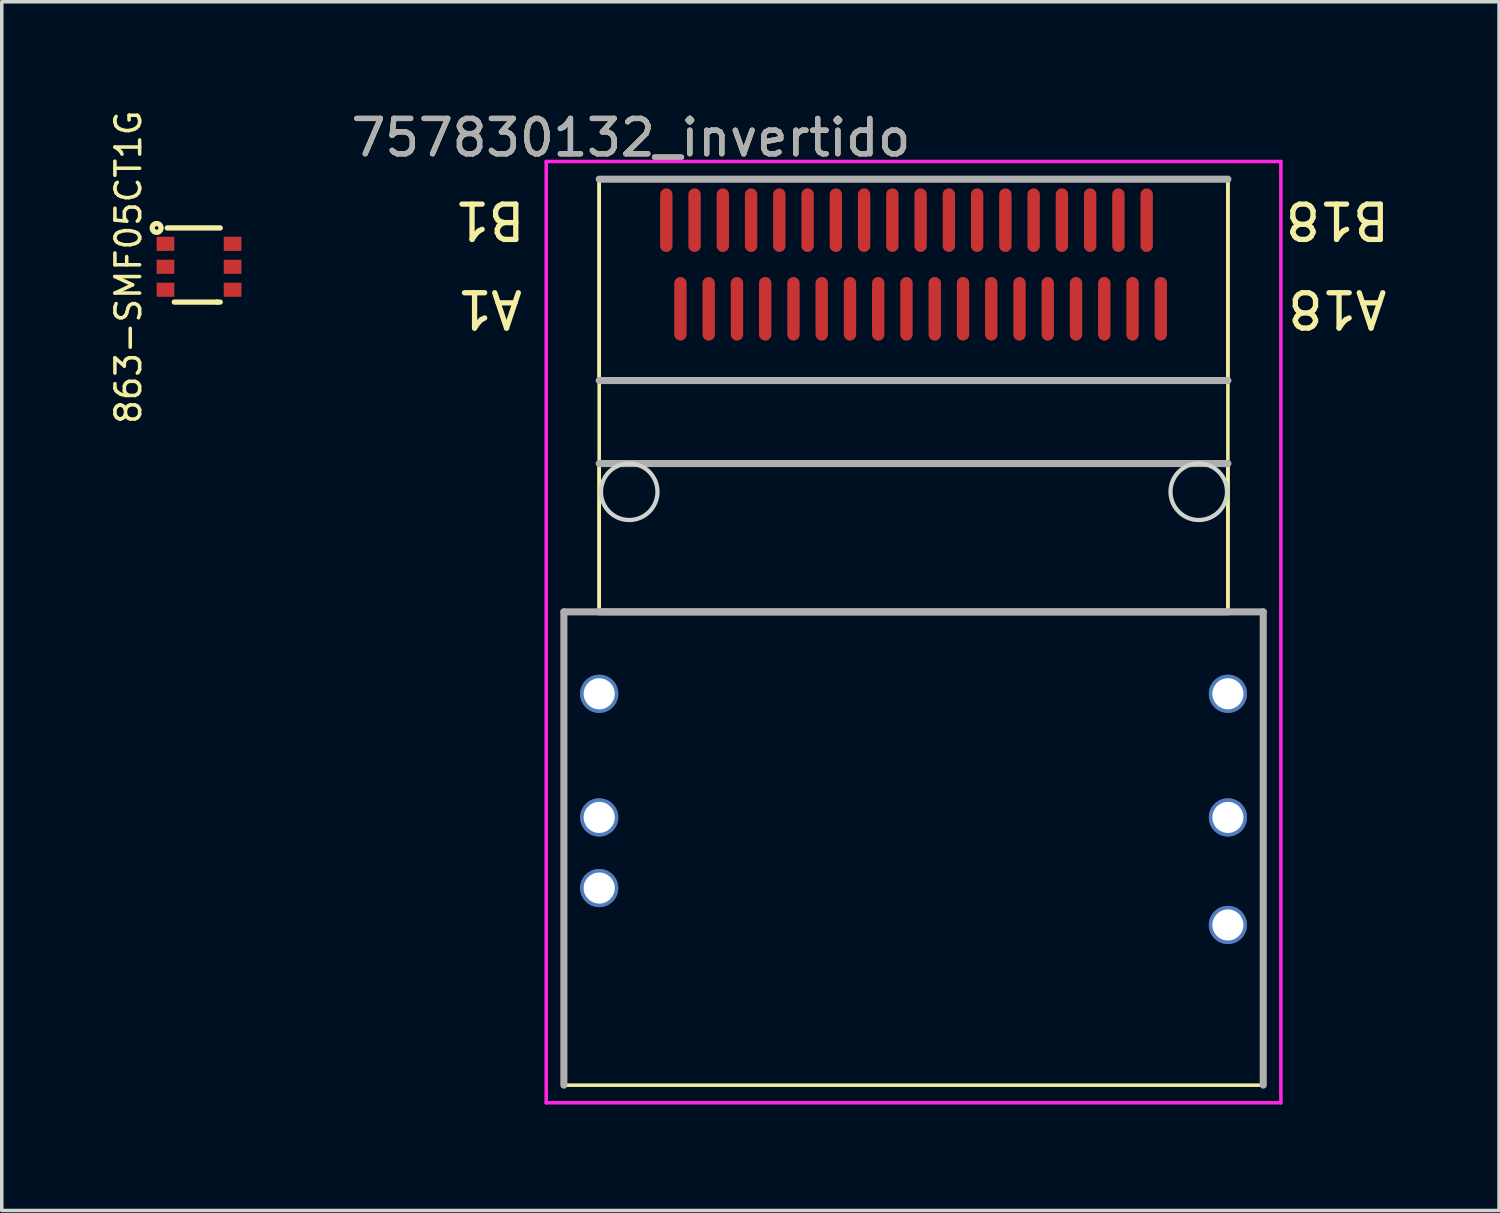
<source format=kicad_pcb>
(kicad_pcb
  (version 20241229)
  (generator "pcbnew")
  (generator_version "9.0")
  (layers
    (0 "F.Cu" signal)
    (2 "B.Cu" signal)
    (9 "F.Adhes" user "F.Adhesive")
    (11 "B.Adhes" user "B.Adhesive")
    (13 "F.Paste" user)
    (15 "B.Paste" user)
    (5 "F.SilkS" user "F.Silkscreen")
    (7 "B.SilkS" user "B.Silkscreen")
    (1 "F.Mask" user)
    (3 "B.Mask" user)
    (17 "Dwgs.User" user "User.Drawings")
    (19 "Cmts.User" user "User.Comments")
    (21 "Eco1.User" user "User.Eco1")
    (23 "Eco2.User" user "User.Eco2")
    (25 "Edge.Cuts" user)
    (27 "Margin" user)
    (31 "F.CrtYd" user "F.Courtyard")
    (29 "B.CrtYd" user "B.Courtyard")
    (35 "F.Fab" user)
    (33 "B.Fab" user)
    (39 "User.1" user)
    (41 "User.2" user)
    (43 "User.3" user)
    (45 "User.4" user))
  (footprint "757830132_invertido"
    (layer "F.Cu")
    (at 22.815 14.848)
    (property "Reference" "757830132_invertido" (at -8 -14 0) (layer "F.SilkS") (effects (font (size 1 1) (thickness 0.15))))
    (attr through_hole)
    (fp_line (start -9.9 -0.575) (end -8.9 -0.576) (stroke (width 0.1) (type solid)) (layer "F.SilkS"))
    (fp_line (start -9.9 12.825) (end -9.9 -0.575) (stroke (width 0.1) (type solid)) (layer "F.SilkS"))
    (fp_line (start -8.9 -12.825) (end 8.9 -12.825) (stroke (width 0.1) (type solid)) (layer "F.SilkS"))
    (fp_line (start -8.9 -7.125) (end -8.9 -12.825) (stroke (width 0.1) (type solid)) (layer "F.SilkS"))
    (fp_line (start -8.9 -7.125) (end 8.9 -7.125) (stroke (width 0.1) (type solid)) (layer "F.SilkS"))
    (fp_line (start -8.9 -4.775) (end 8.9 -4.775) (stroke (width 0.1) (type solid)) (layer "F.SilkS"))
    (fp_line (start -8.9 -0.575) (end -8.9 -12.825) (stroke (width 0.1) (type solid)) (layer "F.SilkS"))
    (fp_line (start -8.9 -0.575) (end -8.9 -4.775) (stroke (width 0.1) (type solid)) (layer "F.SilkS"))
    (fp_line (start 8.9 -12.825) (end 8.9 -7.125) (stroke (width 0.1) (type solid)) (layer "F.SilkS"))
    (fp_line (start 8.9 -12.825) (end 8.9 -0.575) (stroke (width 0.1) (type solid)) (layer "F.SilkS"))
    (fp_line (start 8.9 -7.125) (end -8.9 -7.125) (stroke (width 0.1) (type solid)) (layer "F.SilkS"))
    (fp_line (start 8.9 -4.775) (end 8.9 -0.575) (stroke (width 0.1) (type solid)) (layer "F.SilkS"))
    (fp_line (start 8.9 -0.575) (end 9.9 -0.576) (stroke (width 0.1) (type solid)) (layer "F.SilkS"))
    (fp_line (start 9.9 -0.575) (end 9.9 12.825) (stroke (width 0.1) (type solid)) (layer "F.SilkS"))
    (fp_line (start 9.9 12.825) (end -9.9 12.825) (stroke (width 0.1) (type solid)) (layer "F.SilkS"))
    (fp_circle (center -8.05 -3.975) (end -7.25 -3.975) (stroke (width 0.12) (type solid)) (fill no) (layer "Edge.Cuts"))
    (fp_circle (center 8.075 -3.975) (end 8.875 -3.975) (stroke (width 0.12) (type solid)) (fill no) (layer "Edge.Cuts"))
    (fp_line (start -10.4 -13.325) (end 10.4 -13.325) (stroke (width 0.1) (type solid)) (layer "F.CrtYd"))
    (fp_line (start -10.4 13.325) (end -10.4 -13.325) (stroke (width 0.1) (type solid)) (layer "F.CrtYd"))
    (fp_line (start 10.4 -13.325) (end 10.4 13.325) (stroke (width 0.1) (type solid)) (layer "F.CrtYd"))
    (fp_line (start 10.4 13.325) (end -10.4 13.325) (stroke (width 0.1) (type solid)) (layer "F.CrtYd"))
    (fp_line (start -9.9 -0.575) (end 9.9 -0.575) (stroke (width 0.2) (type solid)) (layer "F.Fab"))
    (fp_line (start -9.9 12.825) (end -9.9 -0.575) (stroke (width 0.2) (type solid)) (layer "F.Fab"))
    (fp_line (start -8.9 -12.825) (end 8.9 -12.825) (stroke (width 0.2) (type solid)) (layer "F.Fab"))
    (fp_line (start -8.9 -7.125) (end 8.9 -7.125) (stroke (width 0.2) (type solid)) (layer "F.Fab"))
    (fp_line (start -8.9 -4.775) (end 8.9 -4.775) (stroke (width 0.2) (type solid)) (layer "F.Fab"))
    (fp_line (start 8.9 -0.575) (end -8.9 -0.575) (stroke (width 0.2) (type solid)) (layer "F.Fab"))
    (fp_line (start 9.9 -0.575) (end 9.9 12.825) (stroke (width 0.2) (type solid)) (layer "F.Fab"))
    (fp_text user "B18" (at 12 -11.665 180) (unlocked yes) (layer "F.SilkS") (effects (font (size 1 1) (thickness 0.15))))
    (fp_text user "A1" (at -12 -9.155 180) (unlocked yes) (layer "F.SilkS") (effects (font (size 1 1) (thickness 0.15))))
    (fp_text user "B1" (at -12 -11.665 180) (unlocked yes) (layer "F.SilkS") (effects (font (size 1 1) (thickness 0.15))))
    (fp_text user "A18" (at 12 -9.155 180) (unlocked yes) (layer "F.SilkS") (effects (font (size 1 1) (thickness 0.15))))
    (fp_text user "${REFERENCE}" (at -8 -14 0) (layer "F.Fab") (effects (font (size 1 1) (thickness 0.15))))
    (pad "A1" smd oval (at -6.6 -9.155) (size 0.35 1.8) (layers "F.Cu" "F.Mask" "F.Paste"))
    (pad "A2" smd oval (at -5.8 -9.155) (size 0.35 1.8) (layers "F.Cu" "F.Mask" "F.Paste"))
    (pad "A3" smd oval (at -5 -9.155) (size 0.35 1.8) (layers "F.Cu" "F.Mask" "F.Paste"))
    (pad "A4" smd oval (at -4.2 -9.155) (size 0.35 1.8) (layers "F.Cu" "F.Mask" "F.Paste"))
    (pad "A5" smd oval (at -3.4 -9.155) (size 0.35 1.8) (layers "F.Cu" "F.Mask" "F.Paste"))
    (pad "A6" smd oval (at -2.6 -9.155) (size 0.35 1.8) (layers "F.Cu" "F.Mask" "F.Paste"))
    (pad "A7" smd oval (at -1.8 -9.155) (size 0.35 1.8) (layers "F.Cu" "F.Mask" "F.Paste"))
    (pad "A8" smd oval (at -1 -9.155) (size 0.35 1.8) (layers "F.Cu" "F.Mask" "F.Paste"))
    (pad "A9" smd oval (at -0.2 -9.155) (size 0.35 1.8) (layers "F.Cu" "F.Mask" "F.Paste"))
    (pad "A10" smd oval (at 0.6 -9.155) (size 0.35 1.8) (layers "F.Cu" "F.Mask" "F.Paste"))
    (pad "A11" smd oval (at 1.4 -9.155) (size 0.35 1.8) (layers "F.Cu" "F.Mask" "F.Paste"))
    (pad "A12" smd oval (at 2.2 -9.155) (size 0.35 1.8) (layers "F.Cu" "F.Mask" "F.Paste"))
    (pad "A13" smd oval (at 3 -9.155) (size 0.35 1.8) (layers "F.Cu" "F.Mask" "F.Paste"))
    (pad "A14" smd oval (at 3.8 -9.155) (size 0.35 1.8) (layers "F.Cu" "F.Mask" "F.Paste"))
    (pad "A15" smd oval (at 4.6 -9.155) (size 0.35 1.8) (layers "F.Cu" "F.Mask" "F.Paste"))
    (pad "A16" smd oval (at 5.4 -9.155) (size 0.35 1.8) (layers "F.Cu" "F.Mask" "F.Paste"))
    (pad "A17" smd oval (at 6.2 -9.155) (size 0.35 1.8) (layers "F.Cu" "F.Mask" "F.Paste"))
    (pad "A18" smd oval (at 7 -9.155) (size 0.35 1.8) (layers "F.Cu" "F.Mask" "F.Paste"))
    (pad "B1" smd oval (at -7 -11.665) (size 0.35 1.8) (layers "F.Cu" "F.Mask" "F.Paste"))
    (pad "B2" smd oval (at -6.2 -11.665) (size 0.35 1.8) (layers "F.Cu" "F.Mask" "F.Paste"))
    (pad "B3" smd oval (at -5.4 -11.665) (size 0.35 1.8) (layers "F.Cu" "F.Mask" "F.Paste"))
    (pad "B4" smd oval (at -4.6 -11.665) (size 0.35 1.8) (layers "F.Cu" "F.Mask" "F.Paste"))
    (pad "B5" smd oval (at -3.8 -11.665) (size 0.35 1.8) (layers "F.Cu" "F.Mask" "F.Paste"))
    (pad "B6" smd oval (at -3 -11.665) (size 0.35 1.8) (layers "F.Cu" "F.Mask" "F.Paste"))
    (pad "B7" smd oval (at -2.2 -11.665) (size 0.35 1.8) (layers "F.Cu" "F.Mask" "F.Paste"))
    (pad "B8" smd oval (at -1.4 -11.665) (size 0.35 1.8) (layers "F.Cu" "F.Mask" "F.Paste"))
    (pad "B9" smd oval (at -0.6 -11.665) (size 0.35 1.8) (layers "F.Cu" "F.Mask" "F.Paste"))
    (pad "B10" smd oval (at 0.2 -11.665) (size 0.35 1.8) (layers "F.Cu" "F.Mask" "F.Paste"))
    (pad "B11" smd oval (at 1 -11.665) (size 0.35 1.8) (layers "F.Cu" "F.Mask" "F.Paste"))
    (pad "B12" smd oval (at 1.8 -11.665) (size 0.35 1.8) (layers "F.Cu" "F.Mask" "F.Paste"))
    (pad "B13" smd oval (at 2.6 -11.665) (size 0.35 1.8) (layers "F.Cu" "F.Mask" "F.Paste"))
    (pad "B14" smd oval (at 3.4 -11.665) (size 0.35 1.8) (layers "F.Cu" "F.Mask" "F.Paste"))
    (pad "B15" smd oval (at 4.2 -11.665) (size 0.35 1.8) (layers "F.Cu" "F.Mask" "F.Paste"))
    (pad "B16" smd oval (at 5 -11.665) (size 0.35 1.8) (layers "F.Cu" "F.Mask" "F.Paste"))
    (pad "B17" smd oval (at 5.8 -11.665) (size 0.35 1.8) (layers "F.Cu" "F.Mask" "F.Paste"))
    (pad "B18" smd oval (at 6.6 -11.665) (size 0.35 1.8) (layers "F.Cu" "F.Mask" "F.Paste"))
    (pad "SH1" thru_hole circle (at -8.9 1.745) (size 1.08 1.08) (drill 0.88) (layers "*.Cu" "*.Mask"))
    (pad "SH2" thru_hole circle (at -8.9 5.245) (size 1.08 1.08) (drill 0.88) (layers "*.Cu" "*.Mask"))
    (pad "SH3" thru_hole circle (at -8.9 7.245) (size 1.08 1.08) (drill 0.88) (layers "*.Cu" "*.Mask"))
    (pad "SH4" thru_hole circle (at 8.9 1.745) (size 1.08 1.08) (drill 0.88) (layers "*.Cu" "*.Mask"))
    (pad "SH5" thru_hole circle (at 8.9 5.245) (size 1.08 1.08) (drill 0.88) (layers "*.Cu" "*.Mask"))
    (pad "SH6" thru_hole circle (at 8.9 8.29) (size 1.08 1.08) (drill 0.88) (layers "*.Cu" "*.Mask")))
  (footprint "863-SMF05CT1G"
    (layer "F.Cu")
    (at 2.585 4.503)
    (property "Reference" "863-SMF05CT1G" (at -2 0.01 90) (layer "F.SilkS") (effects (font (size 0.7 0.7) (thickness 0.1))))
    (attr through_hole)
    (fp_line (start -0.9 -1.1) (end 0.6 -1.1) (stroke (width 0.15) (type solid)) (layer "F.SilkS"))
    (fp_line (start -0.7 1) (end 0.5 1) (stroke (width 0.15) (type solid)) (layer "F.SilkS"))
    (fp_line (start 0.6 1) (end 0.5 1) (stroke (width 0.15) (type solid)) (layer "F.SilkS"))
    (fp_circle (center -1.2 -1.1) (end -1.15 -1.1) (stroke (width 0.15) (type solid)) (fill no) (layer "F.SilkS"))
    (pad "1" smd rect (at -0.95 -0.65) (size 0.5 0.4) (layers "F.Cu" "F.Mask" "F.Paste"))
    (pad "2" smd rect (at -0.95 0) (size 0.5 0.4) (layers "F.Cu" "F.Mask" "F.Paste"))
    (pad "3" smd rect (at -0.95 0.65) (size 0.5 0.4) (layers "F.Cu" "F.Mask" "F.Paste"))
    (pad "4" smd rect (at 0.95 0.65) (size 0.5 0.4) (layers "F.Cu" "F.Mask" "F.Paste"))
    (pad "5" smd rect (at 0.95 0) (size 0.5 0.4) (layers "F.Cu" "F.Mask" "F.Paste"))
    (pad "6" smd rect (at 0.95 -0.65) (size 0.5 0.4) (layers "F.Cu" "F.Mask" "F.Paste")))
  (gr_rect
    (start -3 -3)
    (end 39.392 31.223)
    (stroke (width 0.1) (type default))
    (fill no)
    (layer "Edge.Cuts")))
</source>
